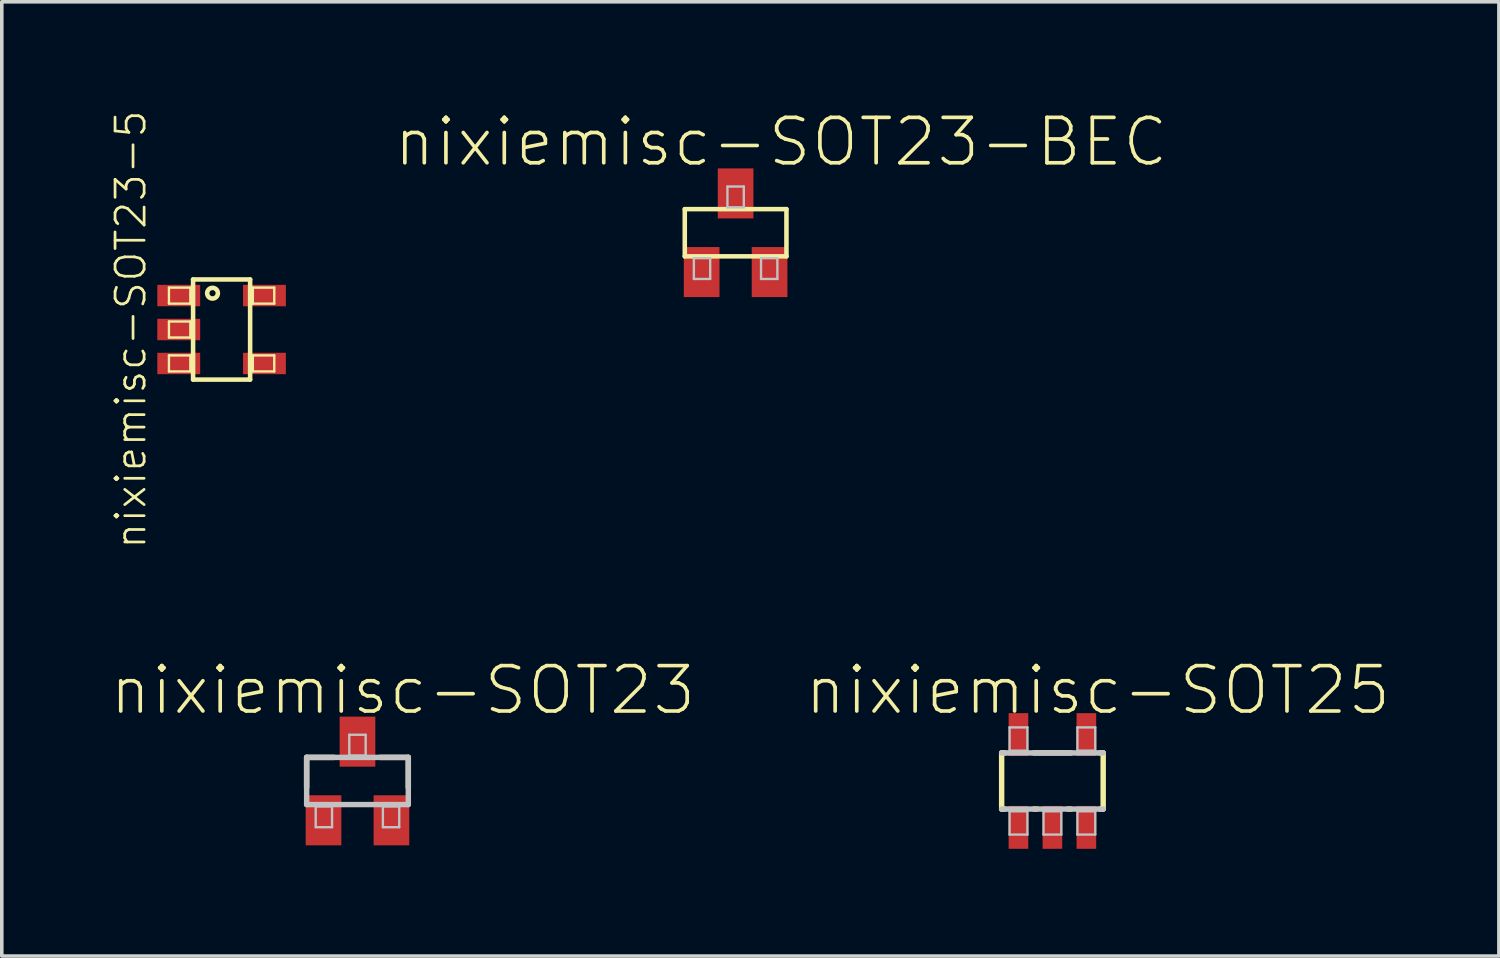
<source format=kicad_pcb>
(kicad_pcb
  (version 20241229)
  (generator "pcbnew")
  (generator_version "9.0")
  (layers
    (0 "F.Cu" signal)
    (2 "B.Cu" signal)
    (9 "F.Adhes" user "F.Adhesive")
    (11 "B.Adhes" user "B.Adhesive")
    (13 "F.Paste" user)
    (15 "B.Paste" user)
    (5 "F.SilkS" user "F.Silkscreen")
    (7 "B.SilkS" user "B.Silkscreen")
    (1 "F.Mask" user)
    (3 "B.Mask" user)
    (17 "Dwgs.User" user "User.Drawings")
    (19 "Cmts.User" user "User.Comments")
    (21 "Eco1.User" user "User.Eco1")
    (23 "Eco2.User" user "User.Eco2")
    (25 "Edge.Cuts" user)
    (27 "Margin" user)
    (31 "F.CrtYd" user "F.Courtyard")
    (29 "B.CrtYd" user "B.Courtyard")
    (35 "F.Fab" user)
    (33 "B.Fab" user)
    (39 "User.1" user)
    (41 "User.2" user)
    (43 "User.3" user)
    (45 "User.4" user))
  (footprint "nixiemisc-SOT23-5"
    (layer "F.Cu")
    (at 3.149 6.168)
    (property "Reference" "nixiemisc-SOT23-5" (at -2.54 0 270) (layer "F.SilkS") (effects (font (size 0.813 0.813) (thickness 0.076))))
    (attr smd)
    (fp_line (start -1.473 -1.173) (end -0.874 -1.173) (stroke (width 0.066) (type solid)) (layer "F.SilkS"))
    (fp_line (start -1.473 -0.724) (end -1.473 -1.173) (stroke (width 0.066) (type solid)) (layer "F.SilkS"))
    (fp_line (start -1.473 -0.724) (end -0.874 -0.724) (stroke (width 0.066) (type solid)) (layer "F.SilkS"))
    (fp_line (start -1.473 -0.224) (end -0.874 -0.224) (stroke (width 0.066) (type solid)) (layer "F.SilkS"))
    (fp_line (start -1.473 0.224) (end -1.473 -0.224) (stroke (width 0.066) (type solid)) (layer "F.SilkS"))
    (fp_line (start -1.473 0.224) (end -0.874 0.224) (stroke (width 0.066) (type solid)) (layer "F.SilkS"))
    (fp_line (start -1.473 0.724) (end -0.874 0.724) (stroke (width 0.066) (type solid)) (layer "F.SilkS"))
    (fp_line (start -1.473 1.173) (end -1.473 0.724) (stroke (width 0.066) (type solid)) (layer "F.SilkS"))
    (fp_line (start -1.473 1.173) (end -0.874 1.173) (stroke (width 0.066) (type solid)) (layer "F.SilkS"))
    (fp_line (start -0.874 -0.724) (end -0.874 -1.173) (stroke (width 0.066) (type solid)) (layer "F.SilkS"))
    (fp_line (start -0.874 0.224) (end -0.874 -0.224) (stroke (width 0.066) (type solid)) (layer "F.SilkS"))
    (fp_line (start -0.874 1.173) (end -0.874 0.724) (stroke (width 0.066) (type solid)) (layer "F.SilkS"))
    (fp_line (start -0.798 -1.4) (end 0.798 -1.4) (stroke (width 0.127) (type solid)) (layer "F.SilkS"))
    (fp_line (start -0.798 1.4) (end -0.798 -1.4) (stroke (width 0.127) (type solid)) (layer "F.SilkS"))
    (fp_line (start 0.798 -1.4) (end 0.798 1.4) (stroke (width 0.127) (type solid)) (layer "F.SilkS"))
    (fp_line (start 0.798 1.4) (end -0.798 1.4) (stroke (width 0.127) (type solid)) (layer "F.SilkS"))
    (fp_line (start 0.874 -1.173) (end 0.874 -0.724) (stroke (width 0.066) (type solid)) (layer "F.SilkS"))
    (fp_line (start 0.874 0.724) (end 0.874 1.173) (stroke (width 0.066) (type solid)) (layer "F.SilkS"))
    (fp_line (start 1.473 -1.173) (end 0.874 -1.173) (stroke (width 0.066) (type solid)) (layer "F.SilkS"))
    (fp_line (start 1.473 -1.173) (end 1.473 -0.724) (stroke (width 0.066) (type solid)) (layer "F.SilkS"))
    (fp_line (start 1.473 -0.724) (end 0.874 -0.724) (stroke (width 0.066) (type solid)) (layer "F.SilkS"))
    (fp_line (start 1.473 0.724) (end 0.874 0.724) (stroke (width 0.066) (type solid)) (layer "F.SilkS"))
    (fp_line (start 1.473 0.724) (end 1.473 1.173) (stroke (width 0.066) (type solid)) (layer "F.SilkS"))
    (fp_line (start 1.473 1.173) (end 0.874 1.173) (stroke (width 0.066) (type solid)) (layer "F.SilkS"))
    (fp_circle (center -0.254 -1.016) (end -0.254 -1.166) (stroke (width 0.127) (type solid)) (fill no) (layer "F.SilkS"))
    (pad "1" smd rect (at -1.199 -0.95) (size 1.199 0.599) (layers "F.Cu" "F.Mask" "F.Paste"))
    (pad "2" smd rect (at -1.199 0) (size 1.199 0.599) (layers "F.Cu" "F.Mask" "F.Paste"))
    (pad "3" smd rect (at -1.199 0.95) (size 1.199 0.599) (layers "F.Cu" "F.Mask" "F.Paste"))
    (pad "4" smd rect (at 1.199 0.95) (size 1.199 0.599) (layers "F.Cu" "F.Mask" "F.Paste"))
    (pad "5" smd rect (at 1.199 -0.95) (size 1.199 0.599) (layers "F.Cu" "F.Mask" "F.Paste")))
  (footprint "nixiemisc-SOT25"
    (layer "F.Cu")
    (at 26.39 18.797)
    (property "Reference" "nixiemisc-SOT25" (at 1.27 -2.54 0) (layer "F.SilkS") (effects (font (size 1.27 1.27) (thickness 0.102))))
    (attr smd)
    (fp_line (start -1.42 -0.785) (end -1.326 -0.785) (stroke (width 0.152) (type solid)) (layer "F.SilkS"))
    (fp_line (start -1.42 0.785) (end -1.42 -0.785) (stroke (width 0.152) (type solid)) (layer "F.SilkS"))
    (fp_line (start -1.326 0.785) (end -1.42 0.785) (stroke (width 0.152) (type solid)) (layer "F.SilkS"))
    (fp_line (start -0.521 -0.785) (end 0.521 -0.785) (stroke (width 0.152) (type solid)) (layer "F.SilkS"))
    (fp_line (start -0.427 0.785) (end -0.521 0.785) (stroke (width 0.152) (type solid)) (layer "F.SilkS"))
    (fp_line (start 0.521 0.785) (end 0.427 0.785) (stroke (width 0.152) (type solid)) (layer "F.SilkS"))
    (fp_line (start 1.326 -0.785) (end 1.42 -0.785) (stroke (width 0.152) (type solid)) (layer "F.SilkS"))
    (fp_line (start 1.42 -0.785) (end 1.42 0.785) (stroke (width 0.152) (type solid)) (layer "F.SilkS"))
    (fp_line (start 1.42 0.785) (end 1.326 0.785) (stroke (width 0.152) (type solid)) (layer "F.SilkS"))
    (fp_line (start -1.42 -0.785) (end 1.42 -0.785) (stroke (width 0.152) (type solid)) (layer "Dwgs.User"))
    (fp_line (start -1.199 -1.499) (end -0.699 -1.499) (stroke (width 0.066) (type solid)) (layer "Dwgs.User"))
    (fp_line (start -1.199 -0.848) (end -1.199 -1.499) (stroke (width 0.066) (type solid)) (layer "Dwgs.User"))
    (fp_line (start -1.199 -0.848) (end -0.699 -0.848) (stroke (width 0.066) (type solid)) (layer "Dwgs.User"))
    (fp_line (start -1.199 0.848) (end -0.699 0.848) (stroke (width 0.066) (type solid)) (layer "Dwgs.User"))
    (fp_line (start -1.199 1.499) (end -1.199 0.848) (stroke (width 0.066) (type solid)) (layer "Dwgs.User"))
    (fp_line (start -1.199 1.499) (end -0.699 1.499) (stroke (width 0.066) (type solid)) (layer "Dwgs.User"))
    (fp_line (start -0.699 -0.848) (end -0.699 -1.499) (stroke (width 0.066) (type solid)) (layer "Dwgs.User"))
    (fp_line (start -0.699 1.499) (end -0.699 0.848) (stroke (width 0.066) (type solid)) (layer "Dwgs.User"))
    (fp_line (start -0.249 0.848) (end 0.249 0.848) (stroke (width 0.066) (type solid)) (layer "Dwgs.User"))
    (fp_line (start -0.249 1.499) (end -0.249 0.848) (stroke (width 0.066) (type solid)) (layer "Dwgs.User"))
    (fp_line (start -0.249 1.499) (end 0.249 1.499) (stroke (width 0.066) (type solid)) (layer "Dwgs.User"))
    (fp_line (start 0.249 1.499) (end 0.249 0.848) (stroke (width 0.066) (type solid)) (layer "Dwgs.User"))
    (fp_line (start 0.699 -1.499) (end 1.199 -1.499) (stroke (width 0.066) (type solid)) (layer "Dwgs.User"))
    (fp_line (start 0.699 -0.848) (end 0.699 -1.499) (stroke (width 0.066) (type solid)) (layer "Dwgs.User"))
    (fp_line (start 0.699 -0.848) (end 1.199 -0.848) (stroke (width 0.066) (type solid)) (layer "Dwgs.User"))
    (fp_line (start 0.699 0.848) (end 1.199 0.848) (stroke (width 0.066) (type solid)) (layer "Dwgs.User"))
    (fp_line (start 0.699 1.499) (end 0.699 0.848) (stroke (width 0.066) (type solid)) (layer "Dwgs.User"))
    (fp_line (start 0.699 1.499) (end 1.199 1.499) (stroke (width 0.066) (type solid)) (layer "Dwgs.User"))
    (fp_line (start 1.199 -0.848) (end 1.199 -1.499) (stroke (width 0.066) (type solid)) (layer "Dwgs.User"))
    (fp_line (start 1.199 1.499) (end 1.199 0.848) (stroke (width 0.066) (type solid)) (layer "Dwgs.User"))
    (fp_line (start 1.42 0.785) (end -1.42 0.785) (stroke (width 0.152) (type solid)) (layer "Dwgs.User"))
    (pad "1" smd rect (at -0.95 1.298) (size 0.549 1.199) (layers "F.Cu" "F.Mask" "F.Paste"))
    (pad "2" smd rect (at 0 1.298) (size 0.549 1.199) (layers "F.Cu" "F.Mask" "F.Paste"))
    (pad "3" smd rect (at 0.95 1.298) (size 0.549 1.199) (layers "F.Cu" "F.Mask" "F.Paste"))
    (pad "4" smd rect (at 0.95 -1.298) (size 0.549 1.199) (layers "F.Cu" "F.Mask" "F.Paste"))
    (pad "5" smd rect (at -0.95 -1.298) (size 0.549 1.199) (layers "F.Cu" "F.Mask" "F.Paste")))
  (footprint "nixiemisc-SOT23-BEC"
    (layer "F.Cu")
    (at 17.528 3.461)
    (property "Reference" "nixiemisc-SOT23-BEC" (at 1.27 -2.54 0) (layer "F.SilkS") (effects (font (size 1.27 1.27) (thickness 0.102))))
    (attr smd)
    (fp_line (start -1.422 -0.66) (end 1.422 -0.66) (stroke (width 0.127) (type solid)) (layer "F.SilkS"))
    (fp_line (start -1.422 0.66) (end -1.422 -0.66) (stroke (width 0.127) (type solid)) (layer "F.SilkS"))
    (fp_line (start 1.422 -0.66) (end 1.422 0.66) (stroke (width 0.127) (type solid)) (layer "F.SilkS"))
    (fp_line (start 1.422 0.66) (end -1.422 0.66) (stroke (width 0.127) (type solid)) (layer "F.SilkS"))
    (fp_line (start -1.168 0.711) (end -0.711 0.711) (stroke (width 0.066) (type solid)) (layer "Dwgs.User"))
    (fp_line (start -1.168 1.293) (end -1.168 0.711) (stroke (width 0.066) (type solid)) (layer "Dwgs.User"))
    (fp_line (start -1.168 1.293) (end -0.711 1.293) (stroke (width 0.066) (type solid)) (layer "Dwgs.User"))
    (fp_line (start -0.711 1.293) (end -0.711 0.711) (stroke (width 0.066) (type solid)) (layer "Dwgs.User"))
    (fp_line (start -0.229 -1.293) (end 0.229 -1.293) (stroke (width 0.066) (type solid)) (layer "Dwgs.User"))
    (fp_line (start -0.229 -0.711) (end -0.229 -1.293) (stroke (width 0.066) (type solid)) (layer "Dwgs.User"))
    (fp_line (start -0.229 -0.711) (end 0.229 -0.711) (stroke (width 0.066) (type solid)) (layer "Dwgs.User"))
    (fp_line (start 0.229 -0.711) (end 0.229 -1.293) (stroke (width 0.066) (type solid)) (layer "Dwgs.User"))
    (fp_line (start 0.711 0.711) (end 1.168 0.711) (stroke (width 0.066) (type solid)) (layer "Dwgs.User"))
    (fp_line (start 0.711 1.293) (end 0.711 0.711) (stroke (width 0.066) (type solid)) (layer "Dwgs.User"))
    (fp_line (start 0.711 1.293) (end 1.168 1.293) (stroke (width 0.066) (type solid)) (layer "Dwgs.User"))
    (fp_line (start 1.168 1.293) (end 1.168 0.711) (stroke (width 0.066) (type solid)) (layer "Dwgs.User"))
    (pad "B" smd rect (at -0.95 1.1) (size 0.998 1.4) (layers "F.Cu" "F.Mask" "F.Paste"))
    (pad "C" smd rect (at 0 -1.1) (size 0.998 1.4) (layers "F.Cu" "F.Mask" "F.Paste"))
    (pad "E" smd rect (at 0.95 1.1) (size 0.998 1.4) (layers "F.Cu" "F.Mask" "F.Paste")))
  (footprint "nixiemisc-SOT23"
    (layer "F.Cu")
    (at 6.95 18.797)
    (property "Reference" "nixiemisc-SOT23" (at 1.27 -2.54 0) (layer "F.SilkS") (effects (font (size 1.27 1.27) (thickness 0.102))))
    (attr smd)
    (fp_line (start -1.422 -0.66) (end -0.655 -0.66) (stroke (width 0.152) (type solid)) (layer "F.SilkS"))
    (fp_line (start -1.422 0.183) (end -1.422 -0.66) (stroke (width 0.152) (type solid)) (layer "F.SilkS"))
    (fp_line (start 0.632 -0.66) (end 1.422 -0.66) (stroke (width 0.152) (type solid)) (layer "F.SilkS"))
    (fp_line (start 1.422 -0.66) (end 1.422 0.183) (stroke (width 0.152) (type solid)) (layer "F.SilkS"))
    (fp_line (start -1.422 -0.66) (end 1.422 -0.66) (stroke (width 0.152) (type solid)) (layer "Dwgs.User"))
    (fp_line (start -1.422 0.66) (end -1.422 -0.66) (stroke (width 0.152) (type solid)) (layer "Dwgs.User"))
    (fp_line (start -1.168 0.711) (end -0.711 0.711) (stroke (width 0.066) (type solid)) (layer "Dwgs.User"))
    (fp_line (start -1.168 1.293) (end -1.168 0.711) (stroke (width 0.066) (type solid)) (layer "Dwgs.User"))
    (fp_line (start -1.168 1.293) (end -0.711 1.293) (stroke (width 0.066) (type solid)) (layer "Dwgs.User"))
    (fp_line (start -0.711 1.293) (end -0.711 0.711) (stroke (width 0.066) (type solid)) (layer "Dwgs.User"))
    (fp_line (start -0.229 -1.293) (end 0.229 -1.293) (stroke (width 0.066) (type solid)) (layer "Dwgs.User"))
    (fp_line (start -0.229 -0.711) (end -0.229 -1.293) (stroke (width 0.066) (type solid)) (layer "Dwgs.User"))
    (fp_line (start -0.229 -0.711) (end 0.229 -0.711) (stroke (width 0.066) (type solid)) (layer "Dwgs.User"))
    (fp_line (start 0.229 -0.711) (end 0.229 -1.293) (stroke (width 0.066) (type solid)) (layer "Dwgs.User"))
    (fp_line (start 0.711 0.711) (end 1.168 0.711) (stroke (width 0.066) (type solid)) (layer "Dwgs.User"))
    (fp_line (start 0.711 1.293) (end 0.711 0.711) (stroke (width 0.066) (type solid)) (layer "Dwgs.User"))
    (fp_line (start 0.711 1.293) (end 1.168 1.293) (stroke (width 0.066) (type solid)) (layer "Dwgs.User"))
    (fp_line (start 1.168 1.293) (end 1.168 0.711) (stroke (width 0.066) (type solid)) (layer "Dwgs.User"))
    (fp_line (start 1.422 -0.66) (end 1.422 0.66) (stroke (width 0.152) (type solid)) (layer "Dwgs.User"))
    (fp_line (start 1.422 0.66) (end -1.422 0.66) (stroke (width 0.152) (type solid)) (layer "Dwgs.User"))
    (pad "1" smd rect (at -0.95 1.1) (size 0.998 1.4) (layers "F.Cu" "F.Mask" "F.Paste"))
    (pad "2" smd rect (at 0.95 1.1) (size 0.998 1.4) (layers "F.Cu" "F.Mask" "F.Paste"))
    (pad "3" smd rect (at 0 -1.1) (size 0.998 1.4) (layers "F.Cu" "F.Mask" "F.Paste")))
  (gr_rect
    (start -3 -3)
    (end 38.88 23.694)
    (stroke (width 0.1) (type default))
    (fill no)
    (layer "Edge.Cuts")))
</source>
